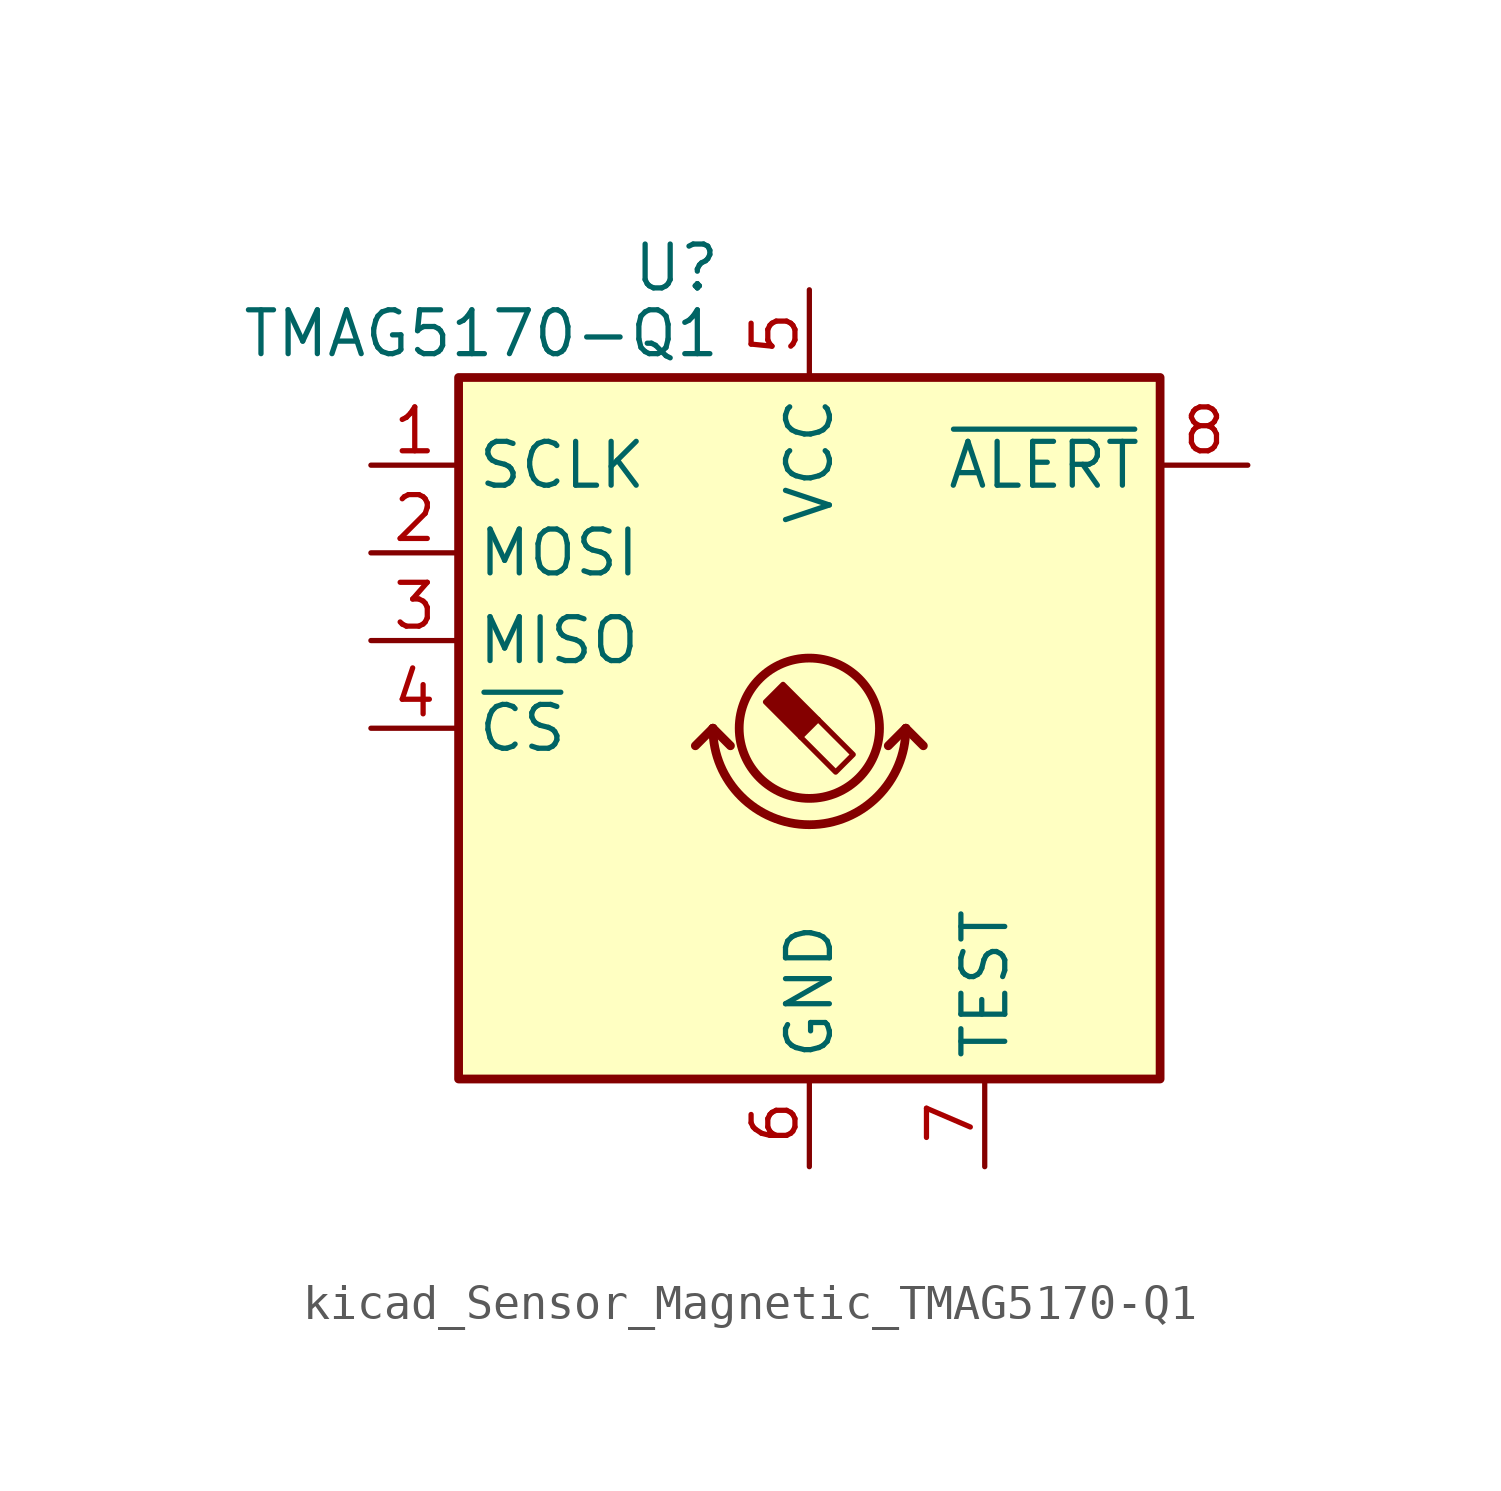
<source format=kicad_sym>
(kicad_symbol_lib
  (version 20220914)
  (generator kicad_symbol_editor)
  (symbol "kicad_Sensor_Magnetic_TMAG5170-Q1"
    (property "Reference" "U"
      (at -2.54 13.335 0)
      (effects (font (size 1.27 1.27)) (justify right)))
    (property "Value" "TMAG5170-Q1"
      (at -2.54 11.43 0)
      (effects (font (size 1.27 1.27)) (justify right)))
    (symbol "kicad_Sensor_Magnetic_TMAG5170-Q1_0_1"
      (rectangle (start -10.16 10.16) (end 10.16 -10.16) (stroke (width 0.254) (type default)) (fill (type background)))
      (arc (start -2.794 0) (mid 0 -2.7819) (end 2.794 0) (stroke (width 0.254) (type default)) (fill (type none)))
      (polyline (pts (xy -2.794 0) (xy -3.302 -0.508)) (stroke (width 0.254) (type default)) (fill (type none)))
      (polyline (pts (xy -2.794 0) (xy -2.286 -0.508)) (stroke (width 0.254) (type default)) (fill (type none)))
      (polyline (pts (xy 2.794 0) (xy 2.286 -0.508)) (stroke (width 0.254) (type default)) (fill (type none)))
      (polyline (pts (xy 2.794 0) (xy 3.302 -0.508)) (stroke (width 0.254) (type default)) (fill (type none))))
    (symbol "kicad_Sensor_Magnetic_TMAG5170-Q1_1_1"
      (polyline (pts (xy 0.254 0.254) (xy 1.27 -0.762) (xy 0.762 -1.27) (xy -0.254 -0.254)) (stroke (width 0) (type default)) (fill (type none)))
      (polyline (pts (xy -0.762 1.27) (xy 0.254 0.254) (xy -0.254 -0.254) (xy -1.27 0.762) (xy -1.016 1.016) (xy -0.762 1.27) (xy -0.635 1.143)) (stroke (width 0) (type default)) (fill (type outline)))
      (circle (center 0 0) (radius 2.032) (stroke (width 0.254) (type default)) (fill (type none)))
      (pin input line (at -12.7 7.62 0) (length 2.54) (name "SCLK" (effects (font (size 1.27 1.27)))) (number "1" (effects (font (size 1.27 1.27)))))
      (pin input line (at -12.7 5.08 0) (length 2.54) (name "MOSI" (effects (font (size 1.27 1.27)))) (number "2" (effects (font (size 1.27 1.27)))))
      (pin output line (at -12.7 2.54 0) (length 2.54) (name "MISO" (effects (font (size 1.27 1.27)))) (number "3" (effects (font (size 1.27 1.27)))))
      (pin input line (at -12.7 0 0) (length 2.54) (name "~{CS}" (effects (font (size 1.27 1.27)))) (number "4" (effects (font (size 1.27 1.27)))))
      (pin power_in line (at 0 12.7 270) (length 2.54) (name "VCC" (effects (font (size 1.27 1.27)))) (number "5" (effects (font (size 1.27 1.27)))))
      (pin power_in line (at 0 -12.7 90) (length 2.54) (name "GND" (effects (font (size 1.27 1.27)))) (number "6" (effects (font (size 1.27 1.27)))))
      (pin passive line (at 5.08 -12.7 90) (length 2.54) (name "TEST" (effects (font (size 1.27 1.27)))) (number "7" (effects (font (size 1.27 1.27)))))
      (pin bidirectional line (at 12.7 7.62 180) (length 2.54) (name "~{ALERT}" (effects (font (size 1.27 1.27)))) (number "8" (effects (font (size 1.27 1.27))))))))
</source>
